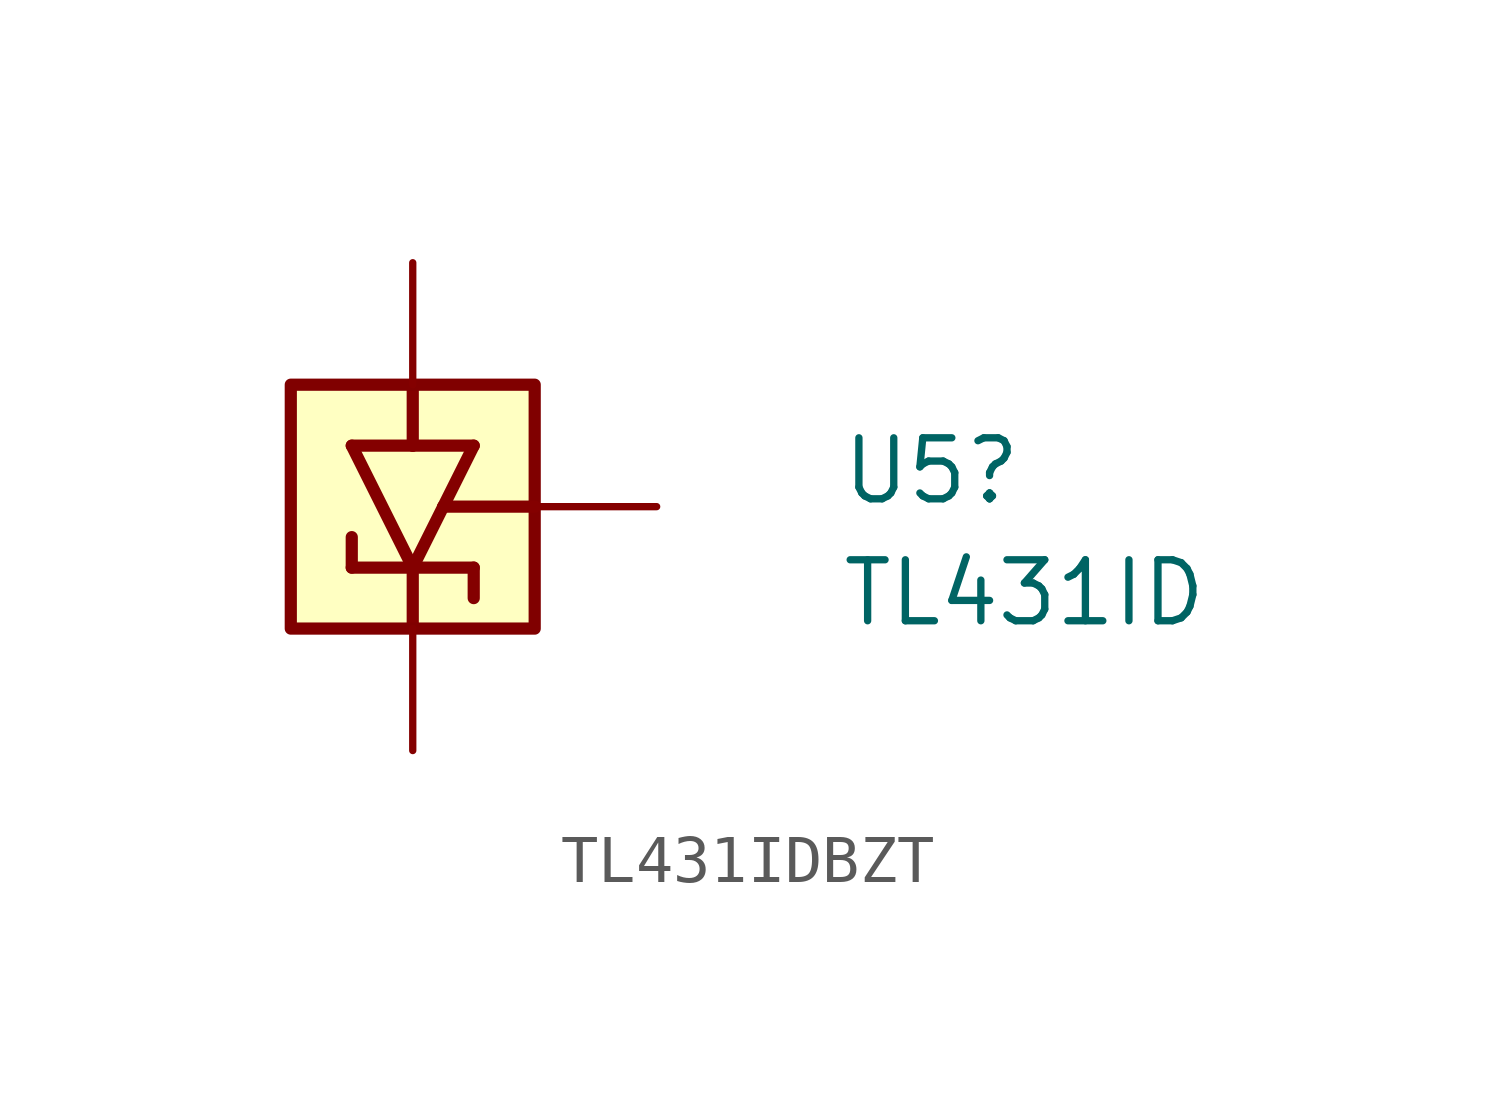
<source format=kicad_sym>
(kicad_symbol_lib
  (version 20231120)
  (generator "kicad_symbol_editor")
  (generator_version "8.0")
  (symbol "TL431IDBZT"
    (property "Reference" "U5"
      (at 8.89 0 0)
      (effects (font (size 1.27 1.27)) (justify left bottom)))
    (property "Value" "TL431ID"
      (at 8.89 -2.54 0)
      (effects (font (size 1.27 1.27)) (justify left bottom)))
    (symbol "TL431IDBZT_1_0"
      (polyline (pts (xy -1.27 -1.27) (xy -1.27 -0.635)) (stroke (width 0.254) (type solid)) (fill (type none)))
      (polyline (pts (xy -1.27 1.27) (xy 0 -1.27)) (stroke (width 0.254) (type solid)) (fill (type none)))
      (polyline (pts (xy 0 -2.54) (xy 0 -1.27)) (stroke (width 0.254) (type solid)) (fill (type none)))
      (polyline (pts (xy 0 -1.27) (xy -1.27 -1.27)) (stroke (width 0.254) (type solid)) (fill (type none)))
      (polyline (pts (xy 0 -1.27) (xy 0.635 0)) (stroke (width 0.254) (type solid)) (fill (type none)))
      (polyline (pts (xy 0 1.27) (xy -1.27 1.27)) (stroke (width 0.254) (type solid)) (fill (type none)))
      (polyline (pts (xy 0 2.54) (xy 0 1.27)) (stroke (width 0.254) (type solid)) (fill (type none)))
      (polyline (pts (xy 0.635 0) (xy 1.27 1.27)) (stroke (width 0.254) (type solid)) (fill (type none)))
      (polyline (pts (xy 1.27 -1.905) (xy 1.27 -1.27)) (stroke (width 0.254) (type solid)) (fill (type none)))
      (polyline (pts (xy 1.27 -1.27) (xy 0 -1.27)) (stroke (width 0.254) (type solid)) (fill (type none)))
      (polyline (pts (xy 1.27 1.27) (xy 0 1.27)) (stroke (width 0.254) (type solid)) (fill (type none)))
      (polyline (pts (xy 2.54 0) (xy 0.635 0)) (stroke (width 0.254) (type solid)) (fill (type none)))
      (rectangle (start 2.54 2.54) (end -2.54 -2.54) (stroke (width 0.254) (type solid) (color 128 0 0 1)) (fill (type background)))
      (pin passive line (at 0 -5.08 90) (length 2.54) (name "CATHODE" (effects (font (size 0 0)))) (number "1" (effects (font (size 0 0)))))
      (pin passive line (at 5.08 0 180) (length 2.54) (name "REF" (effects (font (size 0 0)))) (number "2" (effects (font (size 0 0)))))
      (pin passive line (at 0 5.08 270) (length 2.54) (name "ANODE" (effects (font (size 0 0)))) (number "3" (effects (font (size 0 0))))))))
</source>
